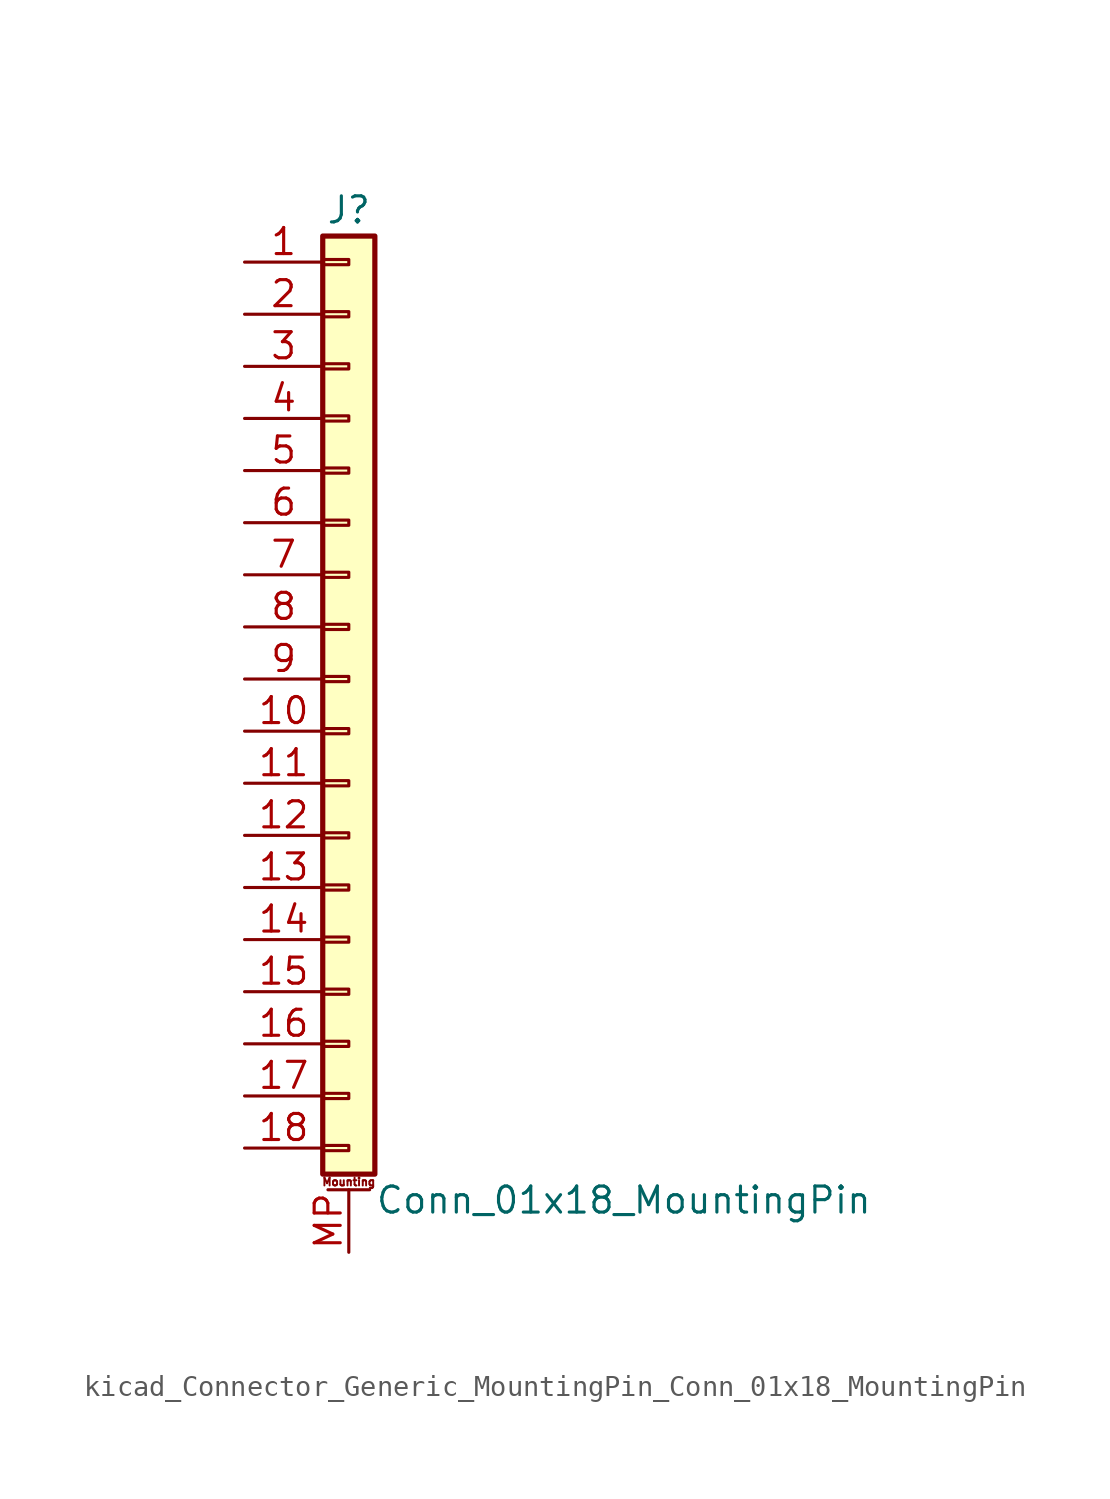
<source format=kicad_sym>
(kicad_symbol_lib
  (version 20220914)
  (generator kicad_symbol_editor)
  (symbol "kicad_Connector_Generic_MountingPin_Conn_01x18_MountingPin"
    (pin_names
      (offset 1.016) hide)
    (property "Reference" "J"
      (at 0 22.86 0)
      (effects (font (size 1.27 1.27))))
    (property "Value" "Conn_01x18_MountingPin"
      (at 1.27 -25.4 0)
      (effects (font (size 1.27 1.27)) (justify left)))
    (symbol "kicad_Connector_Generic_MountingPin_Conn_01x18_MountingPin_1_1"
      (rectangle (start -1.27 -22.733) (end 0 -22.987) (stroke (width 0.152) (type default)) (fill (type none)))
      (rectangle (start -1.27 -20.193) (end 0 -20.447) (stroke (width 0.152) (type default)) (fill (type none)))
      (rectangle (start -1.27 -17.653) (end 0 -17.907) (stroke (width 0.152) (type default)) (fill (type none)))
      (rectangle (start -1.27 -15.113) (end 0 -15.367) (stroke (width 0.152) (type default)) (fill (type none)))
      (rectangle (start -1.27 -12.573) (end 0 -12.827) (stroke (width 0.152) (type default)) (fill (type none)))
      (rectangle (start -1.27 -10.033) (end 0 -10.287) (stroke (width 0.152) (type default)) (fill (type none)))
      (rectangle (start -1.27 -7.493) (end 0 -7.747) (stroke (width 0.152) (type default)) (fill (type none)))
      (rectangle (start -1.27 -4.953) (end 0 -5.207) (stroke (width 0.152) (type default)) (fill (type none)))
      (rectangle (start -1.27 -2.413) (end 0 -2.667) (stroke (width 0.152) (type default)) (fill (type none)))
      (rectangle (start -1.27 0.127) (end 0 -0.127) (stroke (width 0.152) (type default)) (fill (type none)))
      (rectangle (start -1.27 2.667) (end 0 2.413) (stroke (width 0.152) (type default)) (fill (type none)))
      (rectangle (start -1.27 5.207) (end 0 4.953) (stroke (width 0.152) (type default)) (fill (type none)))
      (rectangle (start -1.27 7.747) (end 0 7.493) (stroke (width 0.152) (type default)) (fill (type none)))
      (rectangle (start -1.27 10.287) (end 0 10.033) (stroke (width 0.152) (type default)) (fill (type none)))
      (rectangle (start -1.27 12.827) (end 0 12.573) (stroke (width 0.152) (type default)) (fill (type none)))
      (rectangle (start -1.27 15.367) (end 0 15.113) (stroke (width 0.152) (type default)) (fill (type none)))
      (rectangle (start -1.27 17.907) (end 0 17.653) (stroke (width 0.152) (type default)) (fill (type none)))
      (rectangle (start -1.27 20.447) (end 0 20.193) (stroke (width 0.152) (type default)) (fill (type none)))
      (rectangle (start -1.27 21.59) (end 1.27 -24.13) (stroke (width 0.254) (type default)) (fill (type background)))
      (polyline (pts (xy -1.016 -24.892) (xy 1.016 -24.892)) (stroke (width 0.152) (type default)) (fill (type none)))
      (text "Mounting" (at 0 -24.511 0) (effects (font (size 0.381 0.381))))
      (pin passive line (at -5.08 20.32 0) (length 3.81) (name "Pin_1" (effects (font (size 1.27 1.27)))) (number "1" (effects (font (size 1.27 1.27)))))
      (pin passive line (at -5.08 -2.54 0) (length 3.81) (name "Pin_10" (effects (font (size 1.27 1.27)))) (number "10" (effects (font (size 1.27 1.27)))))
      (pin passive line (at -5.08 -5.08 0) (length 3.81) (name "Pin_11" (effects (font (size 1.27 1.27)))) (number "11" (effects (font (size 1.27 1.27)))))
      (pin passive line (at -5.08 -7.62 0) (length 3.81) (name "Pin_12" (effects (font (size 1.27 1.27)))) (number "12" (effects (font (size 1.27 1.27)))))
      (pin passive line (at -5.08 -10.16 0) (length 3.81) (name "Pin_13" (effects (font (size 1.27 1.27)))) (number "13" (effects (font (size 1.27 1.27)))))
      (pin passive line (at -5.08 -12.7 0) (length 3.81) (name "Pin_14" (effects (font (size 1.27 1.27)))) (number "14" (effects (font (size 1.27 1.27)))))
      (pin passive line (at -5.08 -15.24 0) (length 3.81) (name "Pin_15" (effects (font (size 1.27 1.27)))) (number "15" (effects (font (size 1.27 1.27)))))
      (pin passive line (at -5.08 -17.78 0) (length 3.81) (name "Pin_16" (effects (font (size 1.27 1.27)))) (number "16" (effects (font (size 1.27 1.27)))))
      (pin passive line (at -5.08 -20.32 0) (length 3.81) (name "Pin_17" (effects (font (size 1.27 1.27)))) (number "17" (effects (font (size 1.27 1.27)))))
      (pin passive line (at -5.08 -22.86 0) (length 3.81) (name "Pin_18" (effects (font (size 1.27 1.27)))) (number "18" (effects (font (size 1.27 1.27)))))
      (pin passive line (at -5.08 17.78 0) (length 3.81) (name "Pin_2" (effects (font (size 1.27 1.27)))) (number "2" (effects (font (size 1.27 1.27)))))
      (pin passive line (at -5.08 15.24 0) (length 3.81) (name "Pin_3" (effects (font (size 1.27 1.27)))) (number "3" (effects (font (size 1.27 1.27)))))
      (pin passive line (at -5.08 12.7 0) (length 3.81) (name "Pin_4" (effects (font (size 1.27 1.27)))) (number "4" (effects (font (size 1.27 1.27)))))
      (pin passive line (at -5.08 10.16 0) (length 3.81) (name "Pin_5" (effects (font (size 1.27 1.27)))) (number "5" (effects (font (size 1.27 1.27)))))
      (pin passive line (at -5.08 7.62 0) (length 3.81) (name "Pin_6" (effects (font (size 1.27 1.27)))) (number "6" (effects (font (size 1.27 1.27)))))
      (pin passive line (at -5.08 5.08 0) (length 3.81) (name "Pin_7" (effects (font (size 1.27 1.27)))) (number "7" (effects (font (size 1.27 1.27)))))
      (pin passive line (at -5.08 2.54 0) (length 3.81) (name "Pin_8" (effects (font (size 1.27 1.27)))) (number "8" (effects (font (size 1.27 1.27)))))
      (pin passive line (at -5.08 0 0) (length 3.81) (name "Pin_9" (effects (font (size 1.27 1.27)))) (number "9" (effects (font (size 1.27 1.27)))))
      (pin passive line (at 0 -27.94 90) (length 3.048) (name "MountPin" (effects (font (size 1.27 1.27)))) (number "MP" (effects (font (size 1.27 1.27))))))))
</source>
